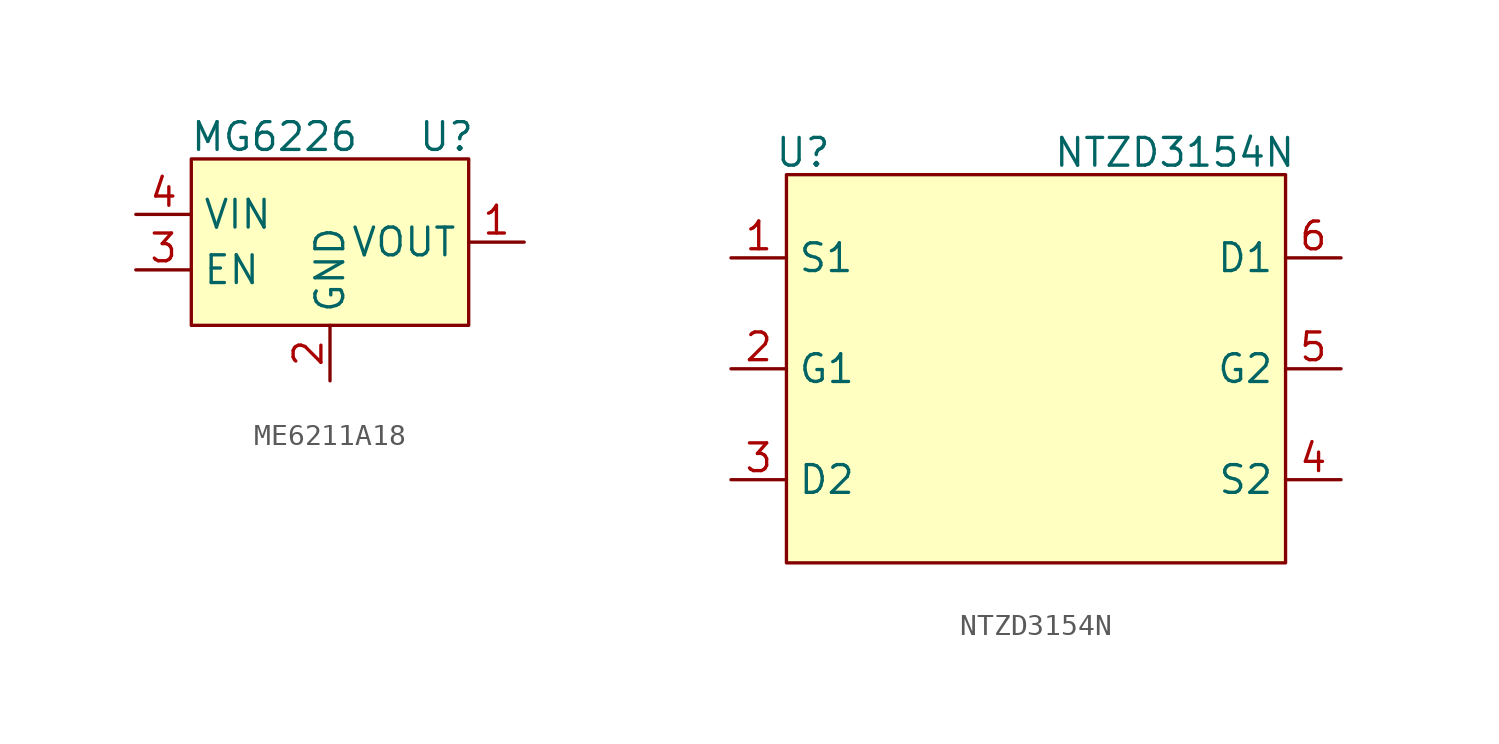
<source format=kicad_sym>
(kicad_symbol_lib
  (version 20241209)
  (generator "kicad_symbol_editor")
  (generator_version "9.0")
  (symbol "ME6211A18"
    (property "Reference" "U"
      (at 5.334 4.826 0)
      (effects (font (size 1.27 1.27))))
    (property "Value" "MG6226"
      (at -2.54 4.826 0)
      (effects (font (size 1.27 1.27))))
    (symbol "ME6211A18_1_1"
      (rectangle (start -6.35 3.81) (end 6.35 -3.81) (stroke (width 0) (type default)) (fill (type background)))
      (pin input line (at -8.89 1.27 0) (length 2.54) (name "VIN" (effects (font (size 1.27 1.27)))) (number "4" (effects (font (size 1.27 1.27)))))
      (pin input line (at -8.89 -1.27 0) (length 2.54) (name "EN" (effects (font (size 1.27 1.27)))) (number "3" (effects (font (size 1.27 1.27)))))
      (pin power_in line (at 0 -6.35 90) (length 2.54) (name "GND" (effects (font (size 1.27 1.27)))) (number "2" (effects (font (size 1.27 1.27)))))
      (pin power_out line (at 8.89 0 180) (length 2.54) (name "VOUT" (effects (font (size 1.27 1.27)))) (number "1" (effects (font (size 1.27 1.27)))))))
  (symbol "NTZD3154N"
    (property "Reference" "U"
      (at -10.668 9.906 0)
      (effects (font (size 1.27 1.27))))
    (property "Value" "NTZD3154N"
      (at 6.35 9.906 0)
      (effects (font (size 1.27 1.27))))
    (symbol "NTZD3154N_1_1"
      (rectangle (start -11.43 8.89) (end 11.43 -8.89) (stroke (width 0) (type default)) (fill (type background)))
      (pin input line (at -13.97 5.08 0) (length 2.54) (name "S1" (effects (font (size 1.27 1.27)))) (number "1" (effects (font (size 1.27 1.27)))))
      (pin input line (at -13.97 0 0) (length 2.54) (name "G1" (effects (font (size 1.27 1.27)))) (number "2" (effects (font (size 1.27 1.27)))))
      (pin input line (at -13.97 -5.08 0) (length 2.54) (name "D2" (effects (font (size 1.27 1.27)))) (number "3" (effects (font (size 1.27 1.27)))))
      (pin input line (at 13.97 5.08 180) (length 2.54) (name "D1" (effects (font (size 1.27 1.27)))) (number "6" (effects (font (size 1.27 1.27)))))
      (pin input line (at 13.97 0 180) (length 2.54) (name "G2" (effects (font (size 1.27 1.27)))) (number "5" (effects (font (size 1.27 1.27)))))
      (pin input line (at 13.97 -5.08 180) (length 2.54) (name "S2" (effects (font (size 1.27 1.27)))) (number "4" (effects (font (size 1.27 1.27))))))))
</source>
